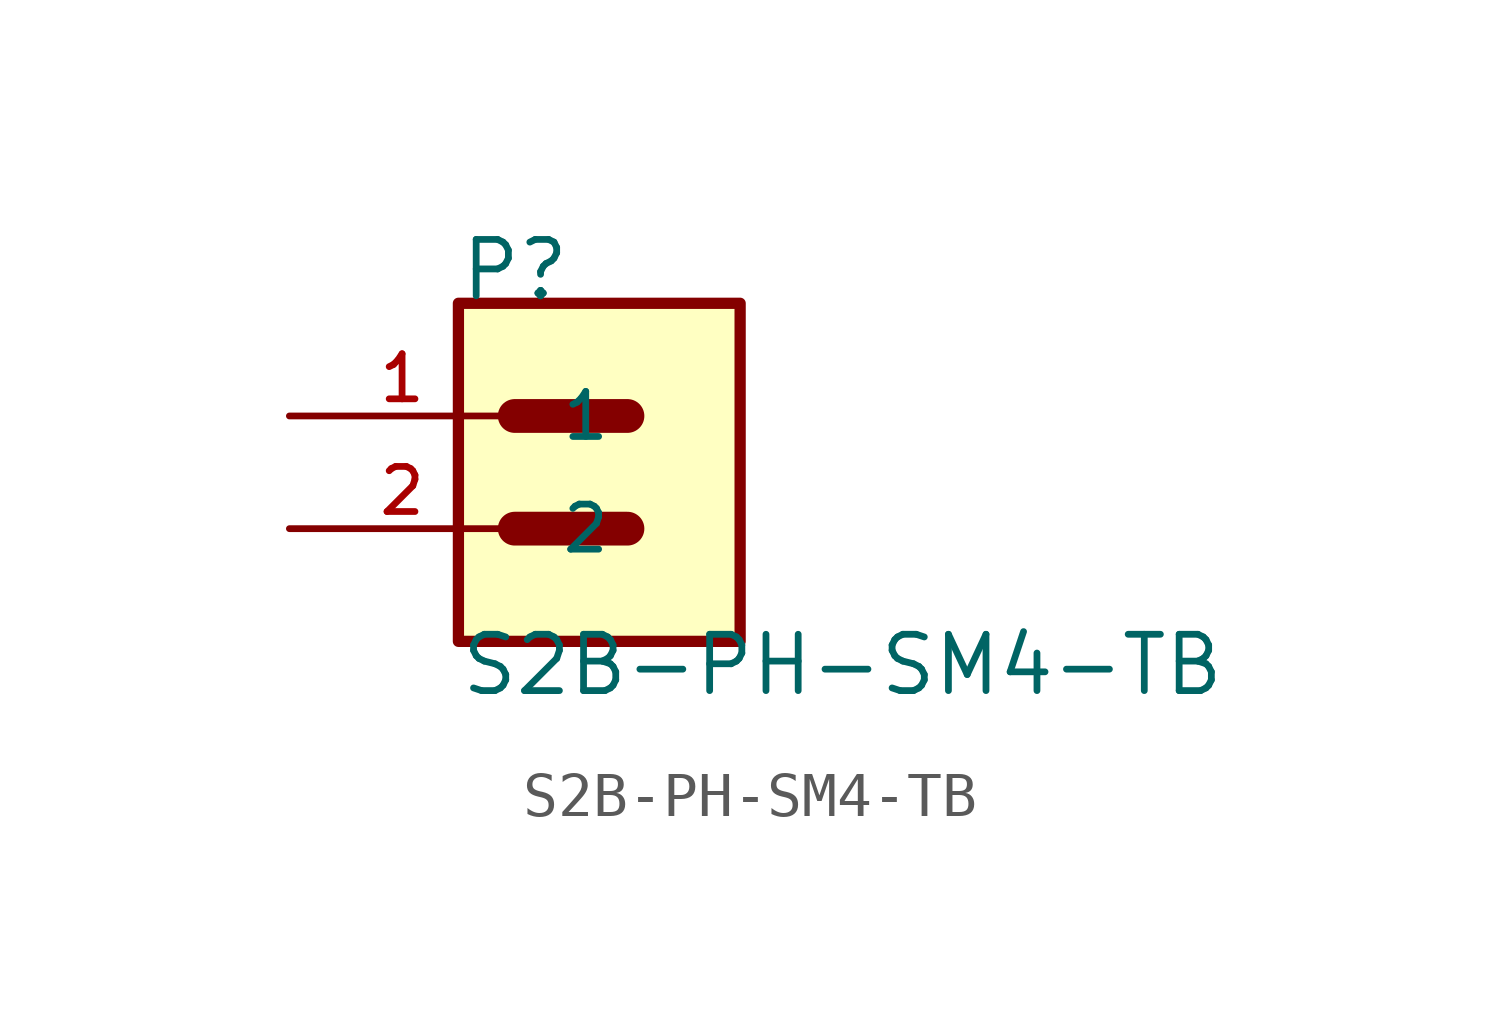
<source format=kicad_sym>
(kicad_symbol_lib
  (version 20220914)
  (generator kicad_symbol_editor)
  (symbol "S2B-PH-SM4-TB"
    (pin_names
      (offset 1.016))
    (property "Reference" "P"
      (at -1.272 3.816 0)
      (effects (font (size 1.27 1.27)) (justify left bottom)))
    (property "Value" "S2B-PH-SM4-TB"
      (at -1.271 -5.084 0)
      (effects (font (size 1.27 1.27)) (justify left bottom)))
    (symbol "S2B-PH-SM4-TB_0_0"
      (rectangle (start -1.27 -3.81) (end 5.08 3.81) (stroke (width 0.254) (type default)) (fill (type background)))
      (polyline (pts (xy 0 -1.27) (xy 2.54 -1.27)) (stroke (width 0.762) (type default)) (fill (type none)))
      (polyline (pts (xy 0 1.27) (xy 2.54 1.27)) (stroke (width 0.762) (type default)) (fill (type none)))
      (pin passive line (at -5.08 1.27 0) (length 5.08) (name "1" (effects (font (size 1.016 1.016)))) (number "1" (effects (font (size 1.016 1.016)))))
      (pin passive line (at -5.08 -1.27 0) (length 5.08) (name "2" (effects (font (size 1.016 1.016)))) (number "2" (effects (font (size 1.016 1.016))))))))
</source>
